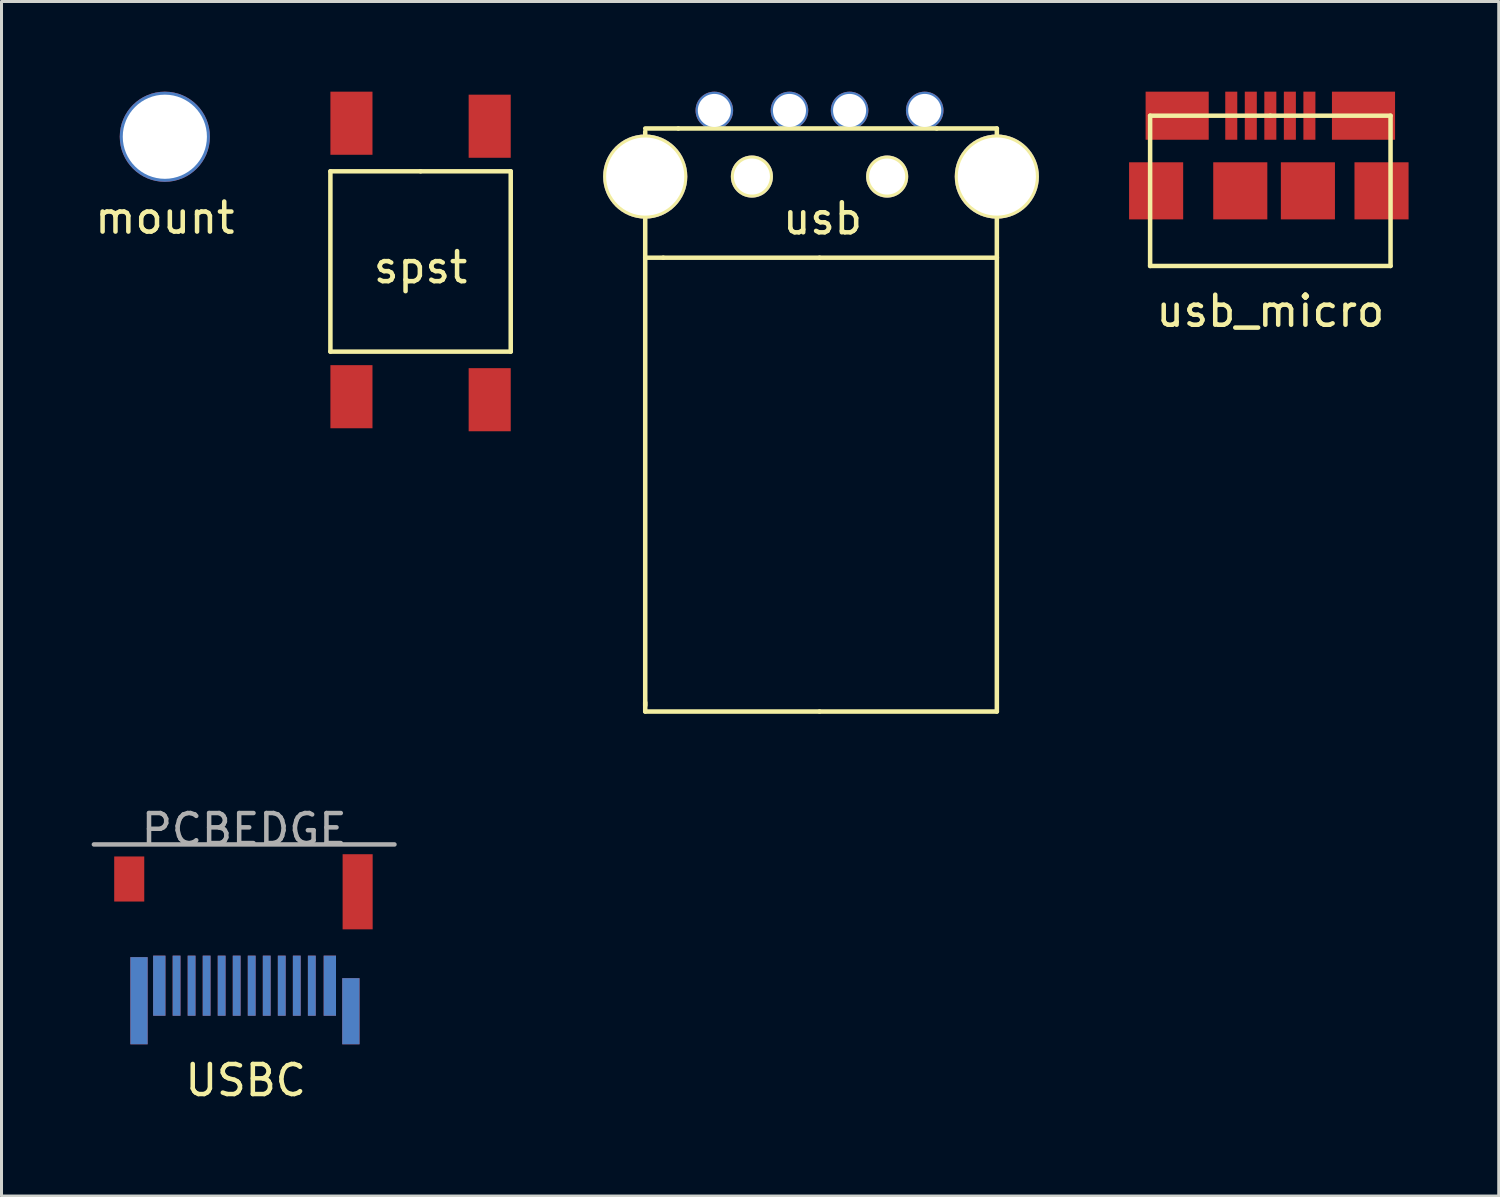
<source format=kicad_pcb>
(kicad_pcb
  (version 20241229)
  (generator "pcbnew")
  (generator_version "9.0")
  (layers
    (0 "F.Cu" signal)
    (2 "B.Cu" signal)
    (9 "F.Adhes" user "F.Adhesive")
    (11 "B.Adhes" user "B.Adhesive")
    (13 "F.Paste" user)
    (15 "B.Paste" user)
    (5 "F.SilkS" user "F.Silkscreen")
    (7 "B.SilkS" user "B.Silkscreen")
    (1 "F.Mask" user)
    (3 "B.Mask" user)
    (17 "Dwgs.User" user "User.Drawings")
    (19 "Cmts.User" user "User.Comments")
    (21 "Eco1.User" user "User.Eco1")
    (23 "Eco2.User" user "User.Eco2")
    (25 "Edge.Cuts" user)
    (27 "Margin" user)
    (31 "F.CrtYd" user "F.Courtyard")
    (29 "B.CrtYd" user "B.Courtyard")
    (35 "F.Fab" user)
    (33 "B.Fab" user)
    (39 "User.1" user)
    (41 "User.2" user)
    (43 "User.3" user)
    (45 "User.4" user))
  (footprint "spst"
    (layer "F.Cu")
    (at 10.944 5.65)
    (property "Reference" "spst" (at 0 0.2 0) (layer "F.SilkS") (effects (font (size 1 1) (thickness 0.15))))
    (attr through_hole)
    (fp_line (start -3 -3) (end 0 -3) (stroke (width 0.15) (type solid)) (layer "F.SilkS"))
    (fp_line (start -3 3) (end -3 -3) (stroke (width 0.15) (type solid)) (layer "F.SilkS"))
    (fp_line (start 0 -3) (end 3 -3) (stroke (width 0.15) (type solid)) (layer "F.SilkS"))
    (fp_line (start 3 -3) (end 3 3) (stroke (width 0.15) (type solid)) (layer "F.SilkS"))
    (fp_line (start 3 3) (end -3 3) (stroke (width 0.15) (type solid)) (layer "F.SilkS"))
    (pad "1" smd rect (at 2.3 -4.5) (size 1.4 2.1) (layers "F.Cu" "F.Mask" "F.Paste"))
    (pad "1" smd rect (at 2.3 4.6) (size 1.4 2.1) (layers "F.Cu" "F.Mask" "F.Paste"))
    (pad "2" smd rect (at -2.3 -4.6) (size 1.4 2.1) (layers "F.Cu" "F.Mask" "F.Paste"))
    (pad "2" smd rect (at -2.3 4.5) (size 1.4 2.1) (layers "F.Cu" "F.Mask" "F.Paste")))
  (footprint "mount"
    (layer "F.Cu")
    (at 2.435 1.5)
    (property "Reference" "mount" (at 0 2.7 0) (layer "F.SilkS") (effects (font (size 1 1) (thickness 0.15))))
    (attr through_hole)
    (pad "1" thru_hole circle (at 0 0) (size 3 3) (drill 2.8) (layers "*.Cu" "*.Mask")))
  (footprint "usb"
    (layer "F.Cu")
    (at 24.219 2.825)
    (property "Reference" "usb" (at 0.1 1.4 0) (layer "F.SilkS") (effects (font (size 1 1) (thickness 0.15))))
    (attr through_hole)
    (fp_line (start -5.8 -1.5) (end -5.8 -1.4) (stroke (width 0.15) (type solid)) (layer "F.SilkS"))
    (fp_line (start -5.8 2.7) (end -5.8 1.4) (stroke (width 0.15) (type solid)) (layer "F.SilkS"))
    (fp_line (start -5.8 2.7) (end -5.8 17.6) (stroke (width 0.15) (type solid)) (layer "F.SilkS"))
    (fp_line (start -5.8 17.8) (end -5.8 17.5) (stroke (width 0.15) (type solid)) (layer "F.SilkS"))
    (fp_line (start -5.2 2.7) (end -5.8 2.7) (stroke (width 0.15) (type solid)) (layer "F.SilkS"))
    (fp_line (start -4.7 -1.6) (end -5.8 -1.6) (stroke (width 0.15) (type solid)) (layer "F.SilkS"))
    (fp_line (start 0 2.7) (end -5.2 2.7) (stroke (width 0.15) (type solid)) (layer "F.SilkS"))
    (fp_line (start 0 17.8) (end -5.8 17.8) (stroke (width 0.15) (type solid)) (layer "F.SilkS"))
    (fp_line (start 3.9 -1.6) (end -4.7 -1.6) (stroke (width 0.15) (type solid)) (layer "F.SilkS"))
    (fp_line (start 3.9 -1.6) (end 5.9 -1.6) (stroke (width 0.15) (type solid)) (layer "F.SilkS"))
    (fp_line (start 5.9 -1.6) (end 5.9 -1.4) (stroke (width 0.15) (type solid)) (layer "F.SilkS"))
    (fp_line (start 5.9 2.7) (end 0 2.7) (stroke (width 0.15) (type solid)) (layer "F.SilkS"))
    (fp_line (start 5.9 2.7) (end 5.9 1.4) (stroke (width 0.15) (type solid)) (layer "F.SilkS"))
    (fp_line (start 5.9 2.7) (end 5.9 17.8) (stroke (width 0.15) (type solid)) (layer "F.SilkS"))
    (fp_line (start 5.9 17.8) (end 0 17.8) (stroke (width 0.15) (type solid)) (layer "F.SilkS"))
    (pad "1" thru_hole circle (at 3.5 -2.2) (size 1.25 1.25) (drill 1.1) (layers "*.Cu" "*.Mask"))
    (pad "2" thru_hole circle (at 1 -2.2) (size 1.25 1.25) (drill 1.1) (layers "*.Cu" "*.Mask"))
    (pad "3" thru_hole circle (at -1 -2.2) (size 1.25 1.25) (drill 1.1) (layers "*.Cu" "*.Mask"))
    (pad "4" thru_hole circle (at -3.5 -2.2) (size 1.25 1.25) (drill 1.1) (layers "*.Cu" "*.Mask"))
    (pad "5" thru_hole circle (at -5.8 0) (size 2.8 2.8) (drill 2.6) (layers "*.Cu" "*.Mask" "F.SilkS"))
    (pad "5" thru_hole circle (at 5.9 0) (size 2.8 2.8) (drill 2.6) (layers "*.Cu" "*.Mask" "F.SilkS"))
    (pad "6" thru_hole circle (at -2.25 0) (size 1.4 1.4) (drill 1.2) (layers "*.Cu" "*.Mask" "F.SilkS"))
    (pad "6" thru_hole circle (at 2.25 0) (size 1.4 1.4) (drill 1.2) (layers "*.Cu" "*.Mask" "F.SilkS")))
  (footprint "usb_micro"
    (layer "F.Cu")
    (at 39.219 3.3)
    (property "Reference" "usb_micro" (at 0 4 0) (layer "F.SilkS") (effects (font (size 1 1) (thickness 0.15))))
    (attr through_hole)
    (fp_line (start -4 -2.5) (end -4 2.5) (stroke (width 0.15) (type solid)) (layer "F.SilkS"))
    (fp_line (start -4 2.5) (end 4 2.5) (stroke (width 0.15) (type solid)) (layer "F.SilkS"))
    (fp_line (start 0 -2.5) (end -4 -2.5) (stroke (width 0.15) (type solid)) (layer "F.SilkS"))
    (fp_line (start 4 -2.5) (end 0 -2.5) (stroke (width 0.15) (type solid)) (layer "F.SilkS"))
    (fp_line (start 4 2.5) (end 4 -2.5) (stroke (width 0.15) (type solid)) (layer "F.SilkS"))
    (pad "1" smd rect (at -1.3 -2.5) (size 0.4 1.6) (layers "F.Cu" "F.Mask" "F.Paste"))
    (pad "2" smd rect (at -0.65 -2.5) (size 0.4 1.6) (layers "F.Cu" "F.Mask" "F.Paste"))
    (pad "3" smd rect (at 0 -2.5) (size 0.4 1.6) (layers "F.Cu" "F.Mask" "F.Paste"))
    (pad "4" smd rect (at 0.65 -2.5) (size 0.4 1.6) (layers "F.Cu" "F.Mask" "F.Paste"))
    (pad "5" smd rect (at 1.3 -2.5) (size 0.4 1.6) (layers "F.Cu" "F.Mask" "F.Paste"))
    (pad "6" smd rect (at -3.8 0) (size 1.8 1.9) (layers "F.Cu" "F.Mask" "F.Paste"))
    (pad "6" smd rect (at -3.1 -2.5) (size 2.1 1.6) (layers "F.Cu" "F.Mask" "F.Paste"))
    (pad "6" smd rect (at -1 0) (size 1.8 1.9) (layers "F.Cu" "F.Mask" "F.Paste"))
    (pad "6" smd rect (at 1.25 0) (size 1.8 1.9) (layers "F.Cu" "F.Mask" "F.Paste"))
    (pad "6" smd rect (at 3.1 -2.5) (size 2.1 1.6) (layers "F.Cu" "F.Mask" "F.Paste"))
    (pad "6" smd rect (at 3.7 0) (size 1.8 1.9) (layers "F.Cu" "F.Mask" "F.Paste")))
  (footprint "USBC"
    (layer "F.Cu")
    (at 5.075 28.548)
    (property "Reference" "USBC" (at 0.05 4.35 0) (layer "F.SilkS") (effects (font (size 1 1) (thickness 0.15))))
    (attr through_hole)
    (fp_line (start -4.6 -3.35) (end 4.6 -3.35) (stroke (width 0.15) (type solid)) (layer "F.Mask"))
    (fp_line (start -4.6 -1.35) (end -4.6 -3.35) (stroke (width 0.15) (type solid)) (layer "F.Mask"))
    (fp_line (start -4.15 -1.35) (end -4.6 -1.35) (stroke (width 0.15) (type solid)) (layer "F.Mask"))
    (fp_line (start -4.15 -0.075) (end -4.15 -1.35) (stroke (width 0.15) (type solid)) (layer "F.Mask"))
    (fp_line (start -4.15 3.125) (end -4.15 -0.05) (stroke (width 0.15) (type solid)) (layer "F.Mask"))
    (fp_line (start 4 3.35) (end -3.975 3.35) (stroke (width 0.15) (type solid)) (layer "F.Mask"))
    (fp_line (start 4.2 0) (end 4.6 0) (stroke (width 0.15) (type solid)) (layer "F.Mask"))
    (fp_line (start 4.2 3.125) (end 4.2 0.8) (stroke (width 0.15) (type solid)) (layer "F.Mask"))
    (fp_line (start 4.6 0) (end 4.6 -3.35) (stroke (width 0.15) (type solid)) (layer "F.Mask"))
    (fp_arc (start -3.975 3.35) (mid -4.109099 3.273744) (end -4.15 3.125) (stroke (width 0.15) (type solid)) (layer "F.Mask"))
    (fp_arc (start 3.8 0.4) (mid 3.917157 0.117157) (end 4.2 0) (stroke (width 0.15) (type solid)) (layer "F.Mask"))
    (fp_arc (start 4.2 0.8) (mid 3.917157 0.682843) (end 3.8 0.4) (stroke (width 0.15) (type solid)) (layer "F.Mask"))
    (fp_arc (start 4.2 3.15) (mid 4.141421 3.291421) (end 4 3.35) (stroke (width 0.15) (type solid)) (layer "F.Mask"))
    (fp_line (start -4.15 -1.175) (end -4.15 3) (stroke (width 0.15) (type solid)) (layer "B.Mask"))
    (fp_line (start -3.9 3.35) (end 3.7 3.35) (stroke (width 0.15) (type solid)) (layer "B.Mask"))
    (fp_line (start 4.2 2.95) (end 4.2 0.975) (stroke (width 0.15) (type solid)) (layer "B.Mask"))
    (fp_line (start -5 -3.5) (end 5 -3.5) (stroke (width 0.15) (type solid)) (layer "F.Fab"))
    (fp_text user "PCBEDGE" (at 0 -4 0) (layer "F.Fab") (effects (font (size 1 1) (thickness 0.15))))
    (pad "0" smd rect (at -3.825 -2.35) (size 1 1.5) (layers "F.Cu" "F.Mask" "F.Paste"))
    (pad "0" smd rect (at -3.5 1.7) (size 0.575 2.9) (layers "F.Cu" "F.Mask" "F.Paste"))
    (pad "0" smd rect (at -3.5 1.7) (size 0.575 2.9) (layers "F.Mask" "B.Cu" "F.Paste"))
    (pad "0" smd rect (at 3.55 2.05) (size 0.575 2.2) (layers "F.Cu" "F.Mask" "F.Paste"))
    (pad "0" smd rect (at 3.55 2.05) (size 0.575 2.2) (layers "F.Mask" "B.Cu" "F.Paste"))
    (pad "0" smd rect (at 3.775 -1.925) (size 1 2.5) (layers "F.Cu" "F.Mask" "F.Paste"))
    (pad "1" smd rect (at 2.85 1.2) (size 0.41 2) (layers "F.Cu" "F.Mask" "F.Paste"))
    (pad "2" smd rect (at 2.25 1.2) (size 0.26 2) (layers "F.Cu" "F.Mask" "F.Paste"))
    (pad "3" smd rect (at 1.75 1.2) (size 0.26 2) (layers "F.Cu" "F.Mask" "F.Paste"))
    (pad "4" smd rect (at 1.25 1.2) (size 0.26 2) (layers "F.Cu" "F.Mask" "F.Paste"))
    (pad "5" smd rect (at 0.75 1.2) (size 0.26 2) (layers "F.Cu" "F.Mask" "F.Paste"))
    (pad "6" smd rect (at 0.25 1.2) (size 0.26 2) (layers "F.Cu" "F.Mask" "F.Paste"))
    (pad "7" smd rect (at -0.25 1.2) (size 0.26 2) (layers "F.Cu" "F.Mask" "F.Paste"))
    (pad "8" smd rect (at -0.75 1.2) (size 0.26 2) (layers "F.Cu" "F.Mask" "F.Paste"))
    (pad "9" smd rect (at -1.25 1.2) (size 0.26 2) (layers "F.Cu" "F.Mask" "F.Paste"))
    (pad "10" smd rect (at -1.75 1.2) (size 0.26 2) (layers "F.Cu" "F.Mask" "F.Paste"))
    (pad "11" smd rect (at -2.25 1.2) (size 0.26 2) (layers "F.Cu" "F.Mask" "F.Paste"))
    (pad "12" smd rect (at -2.825 1.2) (size 0.41 2) (layers "F.Cu" "F.Mask" "F.Paste"))
    (pad "13" smd rect (at -2.825 1.2) (size 0.41 2) (layers "F.Mask" "B.Cu" "F.Paste"))
    (pad "14" smd rect (at -2.25 1.2) (size 0.26 2) (layers "F.Mask" "B.Cu" "F.Paste"))
    (pad "15" smd rect (at -1.75 1.2) (size 0.26 2) (layers "F.Mask" "B.Cu" "F.Paste"))
    (pad "16" smd rect (at -1.25 1.2) (size 0.26 2) (layers "F.Mask" "B.Cu" "F.Paste"))
    (pad "17" smd rect (at -0.75 1.2) (size 0.26 2) (layers "F.Mask" "B.Cu" "F.Paste"))
    (pad "18" smd rect (at -0.25 1.2) (size 0.26 2) (layers "F.Mask" "B.Cu" "F.Paste"))
    (pad "19" smd rect (at 0.25 1.2) (size 0.26 2) (layers "F.Mask" "B.Cu" "F.Paste"))
    (pad "20" smd rect (at 0.75 1.2) (size 0.26 2) (layers "F.Mask" "B.Cu" "F.Paste"))
    (pad "21" smd rect (at 1.25 1.2) (size 0.26 2) (layers "F.Mask" "B.Cu" "F.Paste"))
    (pad "22" smd rect (at 1.75 1.2) (size 0.26 2) (layers "F.Mask" "B.Cu" "F.Paste"))
    (pad "23" smd rect (at 2.25 1.2) (size 0.26 2) (layers "F.Mask" "B.Cu" "F.Paste"))
    (pad "24" smd rect (at 2.85 1.2) (size 0.41 2) (layers "F.Mask" "B.Cu" "F.Paste")))
  (gr_rect
    (start -3 -3)
    (end 46.819 36.746)
    (stroke (width 0.1) (type default))
    (fill no)
    (layer "Edge.Cuts")))
</source>
